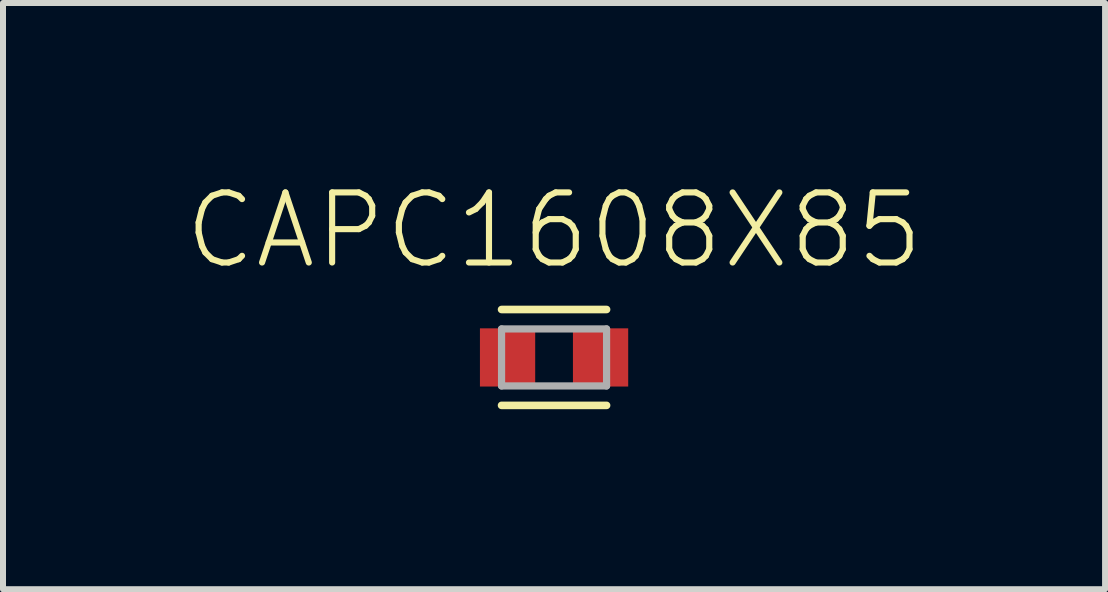
<source format=kicad_pcb>
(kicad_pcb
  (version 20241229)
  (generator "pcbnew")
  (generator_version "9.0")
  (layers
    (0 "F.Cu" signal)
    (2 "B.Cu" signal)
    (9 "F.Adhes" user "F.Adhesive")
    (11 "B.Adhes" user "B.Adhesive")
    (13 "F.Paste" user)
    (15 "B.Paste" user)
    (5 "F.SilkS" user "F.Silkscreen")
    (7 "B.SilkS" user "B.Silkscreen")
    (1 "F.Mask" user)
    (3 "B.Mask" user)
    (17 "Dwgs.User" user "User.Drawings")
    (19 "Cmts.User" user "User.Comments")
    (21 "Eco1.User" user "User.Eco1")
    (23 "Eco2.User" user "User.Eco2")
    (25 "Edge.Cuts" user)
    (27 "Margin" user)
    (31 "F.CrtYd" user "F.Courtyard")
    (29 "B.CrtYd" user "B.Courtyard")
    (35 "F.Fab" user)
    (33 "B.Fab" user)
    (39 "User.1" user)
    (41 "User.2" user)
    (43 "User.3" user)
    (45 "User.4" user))
  (footprint "CAPC1608X85"
    (layer "F.Cu")
    (at 6.184 2.907)
    (property "Reference" "CAPC1608X85" (at 0 -1.434 0) (layer "F.SilkS") (effects (font (size 1.168 1.168) (thickness 0.102)) (justify bottom)))
    (fp_line (start 0.875 -0.799) (end -0.875 -0.799) (stroke (width 0.127) (type solid)) (layer "F.SilkS"))
    (fp_line (start 0.875 0.799) (end -0.875 0.799) (stroke (width 0.127) (type solid)) (layer "F.SilkS"))
    (fp_line (start -0.875 -0.475) (end 0.875 -0.475) (stroke (width 0.12) (type solid)) (layer "F.Fab"))
    (fp_line (start -0.875 0.475) (end -0.875 -0.475) (stroke (width 0.12) (type solid)) (layer "F.Fab"))
    (fp_line (start 0.875 -0.475) (end 0.875 0.475) (stroke (width 0.12) (type solid)) (layer "F.Fab"))
    (fp_line (start 0.875 0.475) (end -0.875 0.475) (stroke (width 0.12) (type solid)) (layer "F.Fab"))
    (pad "1" smd rect (at -0.775 0) (size 0.921 0.97) (layers "F.Cu" "F.Mask" "F.Paste"))
    (pad "2" smd rect (at 0.775 0) (size 0.921 0.97) (layers "F.Cu" "F.Mask" "F.Paste")))
  (gr_rect
    (start -3 -3)
    (end 15.367 6.77)
    (stroke (width 0.1) (type default))
    (fill no)
    (layer "Edge.Cuts")))
</source>
